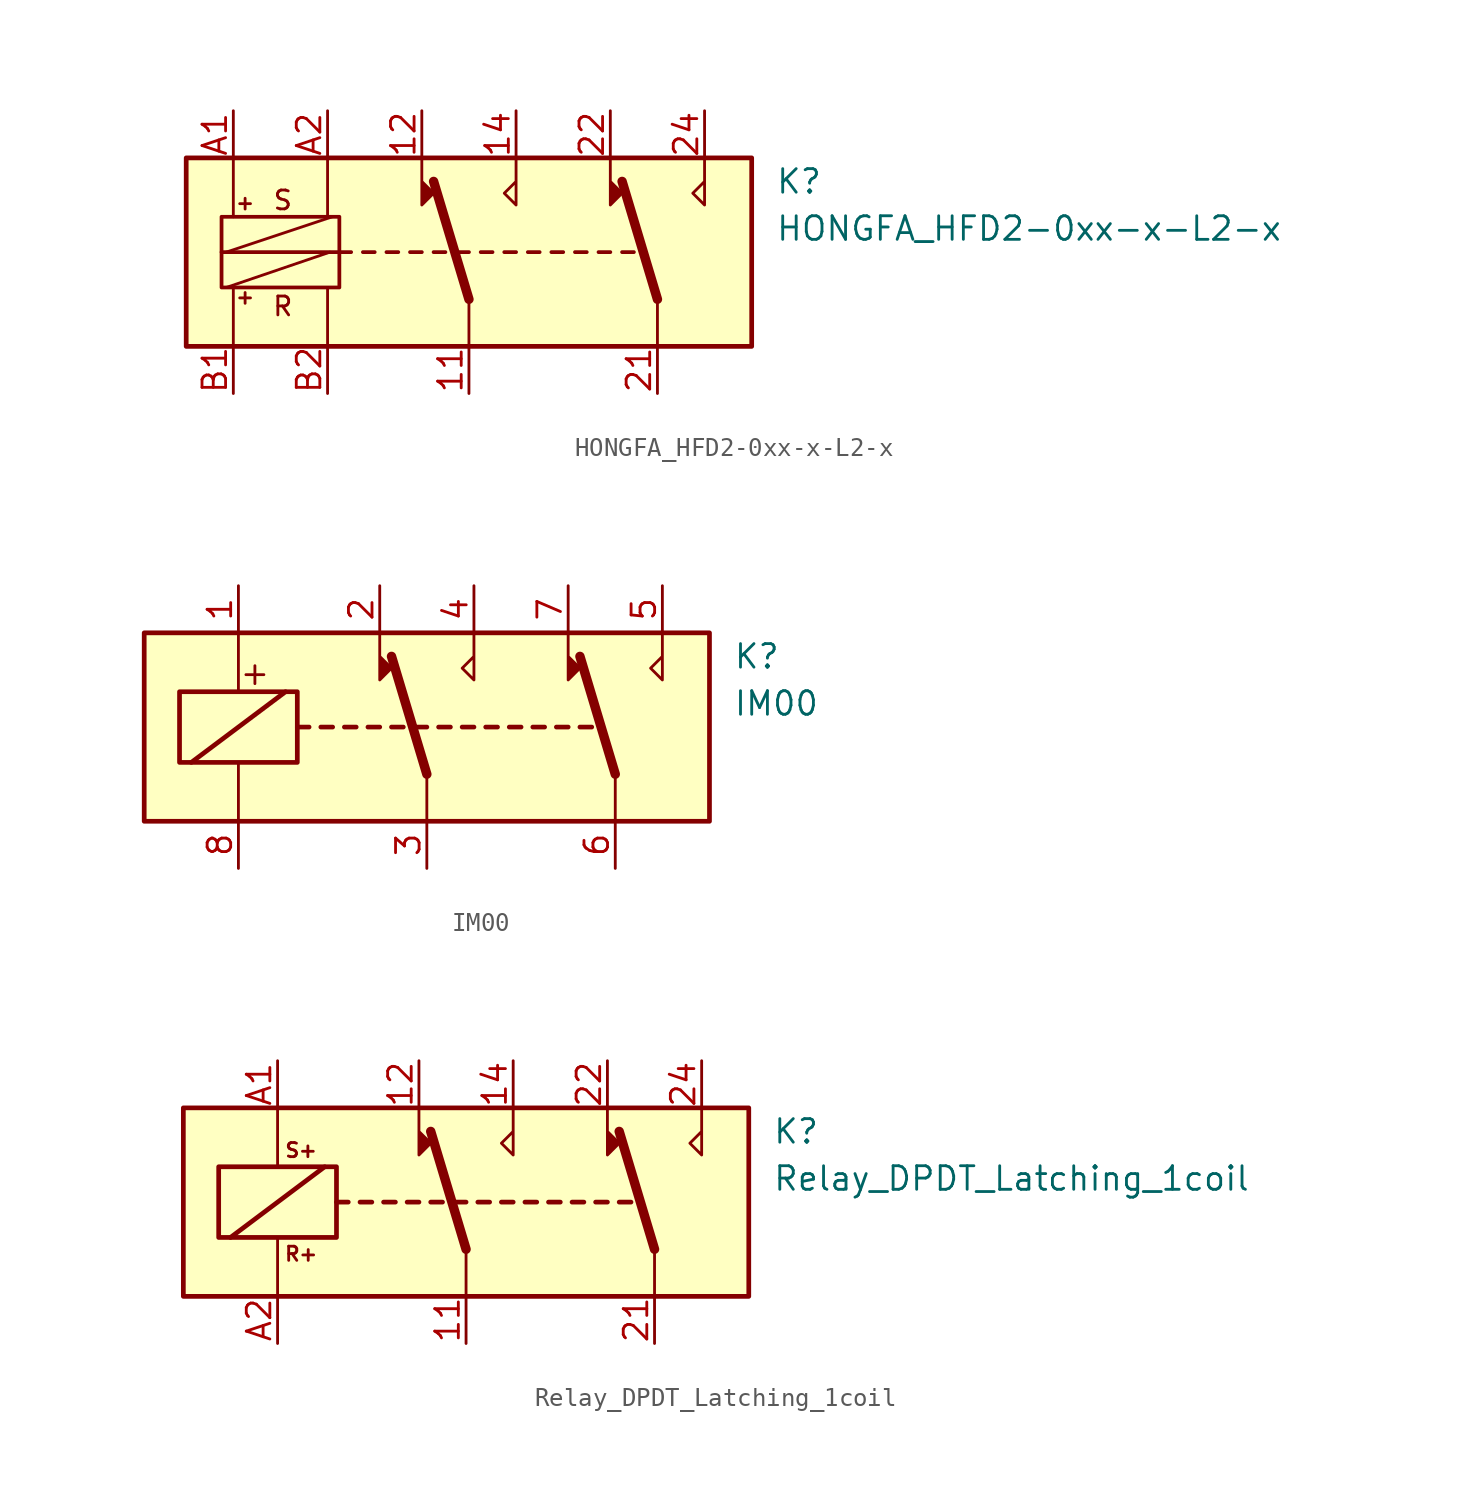
<source format=kicad_sym>
(kicad_symbol_lib
  (version 20241209)
  (generator "kicad_symbol_editor")
  (generator_version "9.0")
  (symbol "HONGFA_HFD2-0xx-x-L2-x"
    (property "Reference" "K"
      (at 16.51 3.81 0)
      (effects (font (size 1.27 1.27)) (justify left)))
    (property "Value" "HONGFA_HFD2-0xx-x-L2-x"
      (at 16.51 1.27 0)
      (effects (font (size 1.27 1.27)) (justify left)))
    (symbol "HONGFA_HFD2-0xx-x-L2-x_0_0"
      (polyline (pts (xy -2.54 5.08) (xy -2.54 2.54) (xy -1.905 3.175) (xy -2.54 3.81)) (stroke (width 0) (type default)) (fill (type outline)))
      (polyline (pts (xy 2.54 5.08) (xy 2.54 2.54) (xy 1.905 3.175) (xy 2.54 3.81)) (stroke (width 0) (type default)) (fill (type none)))
      (polyline (pts (xy 7.62 5.08) (xy 7.62 2.54) (xy 8.255 3.175) (xy 7.62 3.81)) (stroke (width 0) (type default)) (fill (type outline)))
      (polyline (pts (xy 12.7 5.08) (xy 12.7 2.54) (xy 12.065 3.175) (xy 12.7 3.81)) (stroke (width 0) (type default)) (fill (type none)))
      (text "+" (at -12.065 2.667 0) (effects (font (size 0.762 0.762))))
      (text "+" (at -12.065 -2.413 0) (effects (font (size 0.762 0.762))))
      (text "S" (at -10.033 2.794 0) (effects (font (size 1.016 1.016))))
      (text "R" (at -10.033 -2.921 0) (effects (font (size 1.016 1.016)))))
    (symbol "HONGFA_HFD2-0xx-x-L2-x_0_1"
      (rectangle (start -15.24 5.08) (end 15.24 -5.08) (stroke (width 0.254) (type default)) (fill (type background)))
      (rectangle (start -13.335 1.905) (end -6.985 -1.905) (stroke (width 0.203) (type default)) (fill (type none)))
      (polyline (pts (xy -13.335 0) (xy -6.35 0)) (stroke (width 0.203) (type default)) (fill (type none)))
      (polyline (pts (xy -13.081 0) (xy -7.366 1.905)) (stroke (width 0) (type default)) (fill (type none)))
      (polyline (pts (xy -13.081 -1.905) (xy -7.493 0)) (stroke (width 0) (type default)) (fill (type none)))
      (polyline (pts (xy -12.7 5.08) (xy -12.7 1.905)) (stroke (width 0) (type default)) (fill (type none)))
      (polyline (pts (xy -12.7 -5.08) (xy -12.7 -1.905)) (stroke (width 0) (type default)) (fill (type none)))
      (polyline (pts (xy -7.62 5.08) (xy -7.62 1.905)) (stroke (width 0) (type default)) (fill (type none)))
      (polyline (pts (xy -7.62 -5.08) (xy -7.62 -1.905)) (stroke (width 0) (type default)) (fill (type none)))
      (polyline (pts (xy -5.715 0) (xy -5.08 0)) (stroke (width 0.203) (type default)) (fill (type none)))
      (polyline (pts (xy -4.445 0) (xy -3.81 0)) (stroke (width 0.203) (type default)) (fill (type none)))
      (polyline (pts (xy -3.175 0) (xy -2.54 0)) (stroke (width 0.203) (type default)) (fill (type none)))
      (polyline (pts (xy -1.905 0) (xy -1.27 0)) (stroke (width 0.203) (type default)) (fill (type none)))
      (polyline (pts (xy -0.635 0) (xy 0 0)) (stroke (width 0.203) (type default)) (fill (type none)))
      (polyline (pts (xy 0 -2.54) (xy -1.905 3.81)) (stroke (width 0.508) (type default)) (fill (type none)))
      (polyline (pts (xy 0 -2.54) (xy 0 -5.08)) (stroke (width 0) (type default)) (fill (type none)))
      (polyline (pts (xy 0.635 0) (xy 1.27 0)) (stroke (width 0.203) (type default)) (fill (type none)))
      (polyline (pts (xy 1.905 0) (xy 2.54 0)) (stroke (width 0.203) (type default)) (fill (type none)))
      (polyline (pts (xy 3.175 0) (xy 3.81 0)) (stroke (width 0.203) (type default)) (fill (type none)))
      (polyline (pts (xy 4.445 0) (xy 5.08 0)) (stroke (width 0.203) (type default)) (fill (type none)))
      (polyline (pts (xy 5.715 0) (xy 6.35 0)) (stroke (width 0.203) (type default)) (fill (type none)))
      (polyline (pts (xy 6.985 0) (xy 7.62 0)) (stroke (width 0.203) (type default)) (fill (type none)))
      (polyline (pts (xy 8.255 0) (xy 8.89 0)) (stroke (width 0.203) (type default)) (fill (type none)))
      (polyline (pts (xy 10.16 -2.54) (xy 8.255 3.81)) (stroke (width 0.508) (type default)) (fill (type none)))
      (polyline (pts (xy 10.16 -2.54) (xy 10.16 -5.08)) (stroke (width 0) (type default)) (fill (type none))))
    (symbol "HONGFA_HFD2-0xx-x-L2-x_1_1"
      (pin passive line (at -12.7 7.62 270) (length 2.54) (name "~" (effects (font (size 1.27 1.27)))) (number "A1" (effects (font (size 1.27 1.27)))))
      (pin passive line (at -12.7 -7.62 90) (length 2.54) (name "~" (effects (font (size 1.27 1.27)))) (number "B1" (effects (font (size 1.27 1.27)))))
      (pin passive line (at -7.62 7.62 270) (length 2.54) (name "~" (effects (font (size 1.27 1.27)))) (number "A2" (effects (font (size 1.27 1.27)))))
      (pin passive line (at -7.62 -7.62 90) (length 2.54) (name "~" (effects (font (size 1.27 1.27)))) (number "B2" (effects (font (size 1.27 1.27)))))
      (pin passive line (at -2.54 7.62 270) (length 2.54) (name "~" (effects (font (size 1.27 1.27)))) (number "12" (effects (font (size 1.27 1.27)))))
      (pin passive line (at 0 -7.62 90) (length 2.54) (name "~" (effects (font (size 1.27 1.27)))) (number "11" (effects (font (size 1.27 1.27)))))
      (pin passive line (at 2.54 7.62 270) (length 2.54) (name "~" (effects (font (size 1.27 1.27)))) (number "14" (effects (font (size 1.27 1.27)))))
      (pin passive line (at 7.62 7.62 270) (length 2.54) (name "~" (effects (font (size 1.27 1.27)))) (number "22" (effects (font (size 1.27 1.27)))))
      (pin passive line (at 10.16 -7.62 90) (length 2.54) (name "~" (effects (font (size 1.27 1.27)))) (number "21" (effects (font (size 1.27 1.27)))))
      (pin passive line (at 12.7 7.62 270) (length 2.54) (name "~" (effects (font (size 1.27 1.27)))) (number "24" (effects (font (size 1.27 1.27)))))))
  (symbol "IM00"
    (property "Reference" "K"
      (at 16.51 3.81 0)
      (effects (font (size 1.27 1.27)) (justify left)))
    (property "Value" "IM00"
      (at 16.51 1.27 0)
      (effects (font (size 1.27 1.27)) (justify left)))
    (symbol "IM00_0_0"
      (text "+" (at -9.271 2.921 0) (effects (font (size 1.27 1.27)))))
    (symbol "IM00_0_1"
      (rectangle (start -15.24 5.08) (end 15.24 -5.08) (stroke (width 0.254) (type default)) (fill (type background)))
      (rectangle (start -13.335 1.905) (end -6.985 -1.905) (stroke (width 0.254) (type default)) (fill (type none)))
      (polyline (pts (xy -12.7 -1.905) (xy -7.62 1.905)) (stroke (width 0.254) (type default)) (fill (type none)))
      (polyline (pts (xy -10.16 5.08) (xy -10.16 1.905)) (stroke (width 0) (type default)) (fill (type none)))
      (polyline (pts (xy -10.16 -5.08) (xy -10.16 -1.905)) (stroke (width 0) (type default)) (fill (type none)))
      (polyline (pts (xy -6.985 0) (xy -6.35 0)) (stroke (width 0.254) (type default)) (fill (type none)))
      (polyline (pts (xy -5.715 0) (xy -5.08 0)) (stroke (width 0.254) (type default)) (fill (type none)))
      (polyline (pts (xy -4.445 0) (xy -3.81 0)) (stroke (width 0.254) (type default)) (fill (type none)))
      (polyline (pts (xy -3.175 0) (xy -2.54 0)) (stroke (width 0.254) (type default)) (fill (type none)))
      (polyline (pts (xy -2.54 5.08) (xy -2.54 2.54) (xy -1.905 3.175) (xy -2.54 3.81)) (stroke (width 0) (type default)) (fill (type outline)))
      (polyline (pts (xy -1.905 0) (xy -1.27 0)) (stroke (width 0.254) (type default)) (fill (type none)))
      (polyline (pts (xy -0.635 0) (xy 0 0)) (stroke (width 0.254) (type default)) (fill (type none)))
      (polyline (pts (xy 0 -2.54) (xy -1.905 3.81)) (stroke (width 0.508) (type default)) (fill (type none)))
      (polyline (pts (xy 0 -2.54) (xy 0 -5.08)) (stroke (width 0) (type default)) (fill (type none)))
      (polyline (pts (xy 0.635 0) (xy 1.27 0)) (stroke (width 0.254) (type default)) (fill (type none)))
      (polyline (pts (xy 1.905 0) (xy 2.54 0)) (stroke (width 0.254) (type default)) (fill (type none)))
      (polyline (pts (xy 2.54 5.08) (xy 2.54 2.54) (xy 1.905 3.175) (xy 2.54 3.81)) (stroke (width 0) (type default)) (fill (type none)))
      (polyline (pts (xy 3.175 0) (xy 3.81 0)) (stroke (width 0.254) (type default)) (fill (type none)))
      (polyline (pts (xy 4.445 0) (xy 5.08 0)) (stroke (width 0.254) (type default)) (fill (type none)))
      (polyline (pts (xy 5.715 0) (xy 6.35 0)) (stroke (width 0.254) (type default)) (fill (type none)))
      (polyline (pts (xy 6.985 0) (xy 7.62 0)) (stroke (width 0.254) (type default)) (fill (type none)))
      (polyline (pts (xy 7.62 5.08) (xy 7.62 2.54) (xy 8.255 3.175) (xy 7.62 3.81)) (stroke (width 0) (type default)) (fill (type outline)))
      (polyline (pts (xy 8.255 0) (xy 8.89 0)) (stroke (width 0.254) (type default)) (fill (type none)))
      (polyline (pts (xy 10.16 -2.54) (xy 8.255 3.81)) (stroke (width 0.508) (type default)) (fill (type none)))
      (polyline (pts (xy 10.16 -2.54) (xy 10.16 -5.08)) (stroke (width 0) (type default)) (fill (type none)))
      (polyline (pts (xy 12.7 5.08) (xy 12.7 2.54) (xy 12.065 3.175) (xy 12.7 3.81)) (stroke (width 0) (type default)) (fill (type none))))
    (symbol "IM00_1_1"
      (pin passive line (at -10.16 7.62 270) (length 2.54) (name "~" (effects (font (size 1.27 1.27)))) (number "1" (effects (font (size 1.27 1.27)))))
      (pin passive line (at -10.16 -7.62 90) (length 2.54) (name "~" (effects (font (size 1.27 1.27)))) (number "8" (effects (font (size 1.27 1.27)))))
      (pin passive line (at -2.54 7.62 270) (length 2.54) (name "~" (effects (font (size 1.27 1.27)))) (number "2" (effects (font (size 1.27 1.27)))))
      (pin passive line (at 0 -7.62 90) (length 2.54) (name "~" (effects (font (size 1.27 1.27)))) (number "3" (effects (font (size 1.27 1.27)))))
      (pin passive line (at 2.54 7.62 270) (length 2.54) (name "~" (effects (font (size 1.27 1.27)))) (number "4" (effects (font (size 1.27 1.27)))))
      (pin passive line (at 7.62 7.62 270) (length 2.54) (name "~" (effects (font (size 1.27 1.27)))) (number "7" (effects (font (size 1.27 1.27)))))
      (pin passive line (at 10.16 -7.62 90) (length 2.54) (name "~" (effects (font (size 1.27 1.27)))) (number "6" (effects (font (size 1.27 1.27)))))
      (pin passive line (at 12.7 7.62 270) (length 2.54) (name "~" (effects (font (size 1.27 1.27)))) (number "5" (effects (font (size 1.27 1.27)))))))
  (symbol "Relay_DPDT_Latching_1coil"
    (property "Reference" "K"
      (at 16.51 3.81 0)
      (effects (font (size 1.27 1.27)) (justify left)))
    (property "Value" "Relay_DPDT_Latching_1coil"
      (at 16.51 1.27 0)
      (effects (font (size 1.27 1.27)) (justify left)))
    (symbol "Relay_DPDT_Latching_1coil_0_1"
      (rectangle (start -13.335 1.905) (end -6.985 -1.905) (stroke (width 0.254) (type default)) (fill (type none)))
      (polyline (pts (xy -12.7 -1.905) (xy -7.62 1.905)) (stroke (width 0.254) (type default)) (fill (type none)))
      (polyline (pts (xy -10.16 5.08) (xy -10.16 1.905)) (stroke (width 0) (type default)) (fill (type none)))
      (polyline (pts (xy -10.16 -5.08) (xy -10.16 -1.905)) (stroke (width 0) (type default)) (fill (type none)))
      (polyline (pts (xy -6.985 0) (xy -6.35 0)) (stroke (width 0.254) (type default)) (fill (type none)))
      (polyline (pts (xy -5.715 0) (xy -5.08 0)) (stroke (width 0.254) (type default)) (fill (type none)))
      (polyline (pts (xy -4.445 0) (xy -3.81 0)) (stroke (width 0.254) (type default)) (fill (type none)))
      (polyline (pts (xy -3.175 0) (xy -2.54 0)) (stroke (width 0.254) (type default)) (fill (type none)))
      (polyline (pts (xy -2.54 5.08) (xy -2.54 2.54) (xy -1.905 3.175) (xy -2.54 3.81)) (stroke (width 0) (type default)) (fill (type outline)))
      (polyline (pts (xy -1.905 0) (xy -1.27 0)) (stroke (width 0.254) (type default)) (fill (type none)))
      (polyline (pts (xy -0.635 0) (xy 0 0)) (stroke (width 0.254) (type default)) (fill (type none)))
      (polyline (pts (xy 0 -2.54) (xy -1.905 3.81)) (stroke (width 0.508) (type default)) (fill (type none)))
      (polyline (pts (xy 0 -2.54) (xy 0 -5.08)) (stroke (width 0) (type default)) (fill (type none)))
      (polyline (pts (xy 0.635 0) (xy 1.27 0)) (stroke (width 0.254) (type default)) (fill (type none)))
      (polyline (pts (xy 1.905 0) (xy 2.54 0)) (stroke (width 0.254) (type default)) (fill (type none)))
      (polyline (pts (xy 2.54 5.08) (xy 2.54 2.54) (xy 1.905 3.175) (xy 2.54 3.81)) (stroke (width 0) (type default)) (fill (type none)))
      (polyline (pts (xy 3.175 0) (xy 3.81 0)) (stroke (width 0.254) (type default)) (fill (type none)))
      (polyline (pts (xy 4.445 0) (xy 5.08 0)) (stroke (width 0.254) (type default)) (fill (type none)))
      (polyline (pts (xy 5.715 0) (xy 6.35 0)) (stroke (width 0.254) (type default)) (fill (type none)))
      (polyline (pts (xy 6.985 0) (xy 7.62 0)) (stroke (width 0.254) (type default)) (fill (type none)))
      (polyline (pts (xy 7.62 5.08) (xy 7.62 2.54) (xy 8.255 3.175) (xy 7.62 3.81)) (stroke (width 0) (type default)) (fill (type outline)))
      (polyline (pts (xy 8.255 0) (xy 8.89 0)) (stroke (width 0.254) (type default)) (fill (type none)))
      (polyline (pts (xy 10.16 -2.54) (xy 8.255 3.81)) (stroke (width 0.508) (type default)) (fill (type none)))
      (polyline (pts (xy 10.16 -2.54) (xy 10.16 -5.08)) (stroke (width 0) (type default)) (fill (type none)))
      (polyline (pts (xy 12.7 5.08) (xy 12.7 2.54) (xy 12.065 3.175) (xy 12.7 3.81)) (stroke (width 0) (type default)) (fill (type none))))
    (symbol "Relay_DPDT_Latching_1coil_1_0"
      (text "S+" (at -8.89 2.794 0) (effects (font (size 0.762 0.762))))
      (text "R+" (at -8.89 -2.794 0) (effects (font (size 0.762 0.762)))))
    (symbol "Relay_DPDT_Latching_1coil_1_1"
      (rectangle (start -15.24 5.08) (end 15.24 -5.08) (stroke (width 0.254) (type default)) (fill (type background)))
      (pin passive line (at -10.16 7.62 270) (length 2.54) (name "~" (effects (font (size 1.27 1.27)))) (number "A1" (effects (font (size 1.27 1.27)))))
      (pin passive line (at -10.16 -7.62 90) (length 2.54) (name "~" (effects (font (size 1.27 1.27)))) (number "A2" (effects (font (size 1.27 1.27)))))
      (pin passive line (at -2.54 7.62 270) (length 2.54) (name "~" (effects (font (size 1.27 1.27)))) (number "12" (effects (font (size 1.27 1.27)))))
      (pin passive line (at 0 -7.62 90) (length 2.54) (name "~" (effects (font (size 1.27 1.27)))) (number "11" (effects (font (size 1.27 1.27)))))
      (pin passive line (at 2.54 7.62 270) (length 2.54) (name "~" (effects (font (size 1.27 1.27)))) (number "14" (effects (font (size 1.27 1.27)))))
      (pin passive line (at 7.62 7.62 270) (length 2.54) (name "~" (effects (font (size 1.27 1.27)))) (number "22" (effects (font (size 1.27 1.27)))))
      (pin passive line (at 10.16 -7.62 90) (length 2.54) (name "~" (effects (font (size 1.27 1.27)))) (number "21" (effects (font (size 1.27 1.27)))))
      (pin passive line (at 12.7 7.62 270) (length 2.54) (name "~" (effects (font (size 1.27 1.27)))) (number "24" (effects (font (size 1.27 1.27))))))))
</source>
